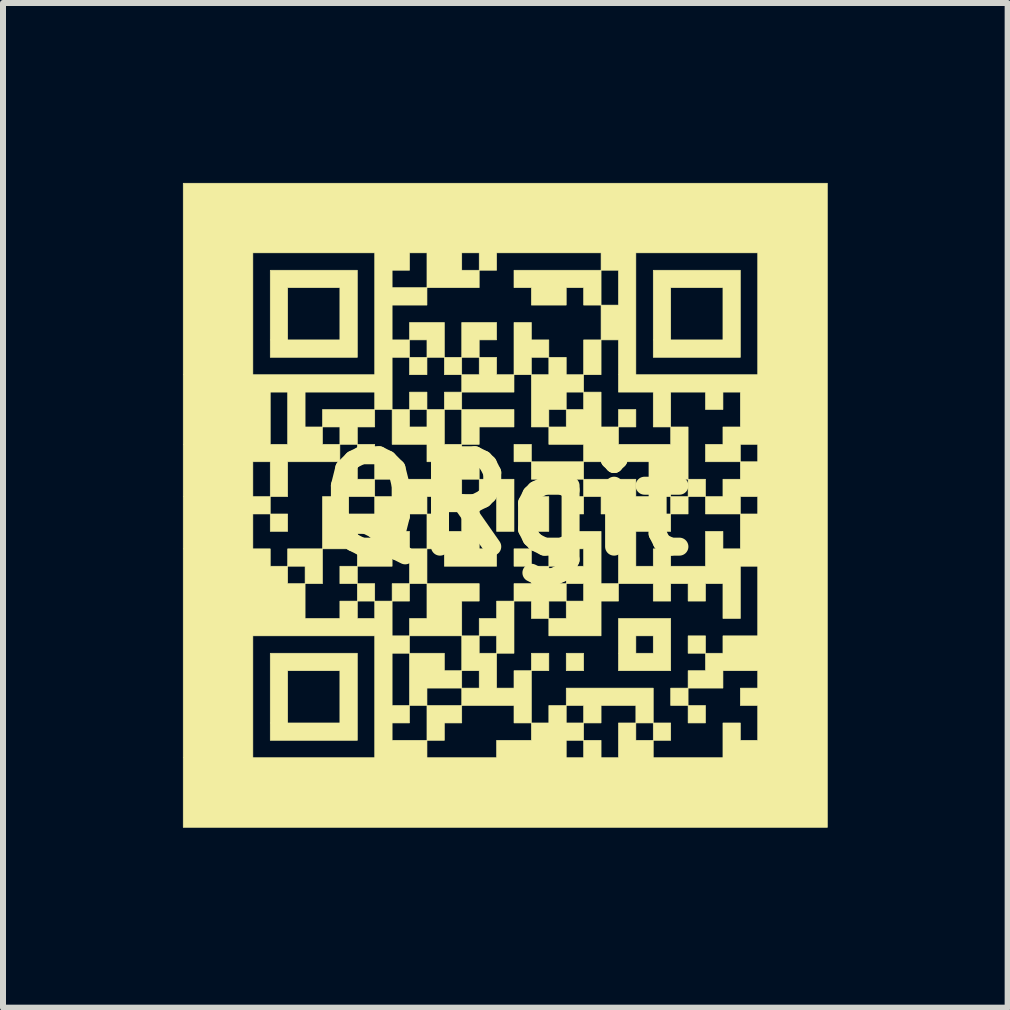
<source format=kicad_pcb>
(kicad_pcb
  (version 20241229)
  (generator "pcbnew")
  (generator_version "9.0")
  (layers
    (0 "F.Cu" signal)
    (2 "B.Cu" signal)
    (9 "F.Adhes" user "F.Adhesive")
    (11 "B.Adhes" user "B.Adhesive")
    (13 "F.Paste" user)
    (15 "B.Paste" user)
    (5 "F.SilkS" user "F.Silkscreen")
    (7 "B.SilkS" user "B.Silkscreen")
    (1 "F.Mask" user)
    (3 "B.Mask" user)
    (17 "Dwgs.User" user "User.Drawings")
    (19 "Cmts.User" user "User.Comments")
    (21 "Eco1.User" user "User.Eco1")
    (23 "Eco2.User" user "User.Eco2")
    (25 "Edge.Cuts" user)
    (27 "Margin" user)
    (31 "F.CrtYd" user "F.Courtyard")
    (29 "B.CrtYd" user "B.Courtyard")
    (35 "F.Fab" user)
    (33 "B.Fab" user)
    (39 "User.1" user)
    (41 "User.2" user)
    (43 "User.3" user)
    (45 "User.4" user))
  (footprint "QRgit"
    (layer "F.Cu")
    (at 5.375 5.375)
    (property "Reference" "QRgit" (at 0 0 0) (layer "F.SilkS") (effects (font (size 1.524 1.524) (thickness 0.3))))
    (attr through_hole)
    (fp_poly (pts (xy -3.629 0.435) (xy -3.919 0.435) (xy -3.919 0.145) (xy -3.629 0.145) (xy -3.629 0.435)) (stroke (width 0.01) (type solid)) (fill yes) (layer "F.SilkS"))
    (fp_poly (pts (xy -2.758 1.306) (xy -2.758 1.016) (xy -2.467 1.016) (xy -2.467 1.306) (xy -2.758 1.306)) (stroke (width 0.01) (type solid)) (fill yes) (layer "F.SilkS"))
    (fp_poly (pts (xy -2.177 -1.016) (xy -2.177 -0.726) (xy -2.467 -0.726) (xy -2.467 -1.016) (xy -2.177 -1.016)) (stroke (width 0.01) (type solid)) (fill yes) (layer "F.SilkS"))
    (fp_poly (pts (xy -2.177 -0.435) (xy -2.177 -0.726) (xy -1.887 -0.726) (xy -1.887 -0.435) (xy -2.177 -0.435)) (stroke (width 0.01) (type solid)) (fill yes) (layer "F.SilkS"))
    (fp_poly (pts (xy -2.177 1.306) (xy -2.177 1.597) (xy -2.467 1.597) (xy -2.467 1.306) (xy -2.177 1.306)) (stroke (width 0.01) (type solid)) (fill yes) (layer "F.SilkS"))
    (fp_poly (pts (xy -1.597 1.597) (xy -1.887 1.597) (xy -1.887 1.306) (xy -1.597 1.306) (xy -1.597 1.597)) (stroke (width 0.01) (type solid)) (fill yes) (layer "F.SilkS"))
    (fp_poly (pts (xy -1.306 -2.177) (xy -1.597 -2.177) (xy -1.597 -2.467) (xy -1.306 -2.467) (xy -1.306 -2.177)) (stroke (width 0.01) (type solid)) (fill yes) (layer "F.SilkS"))
    (fp_poly (pts (xy -1.306 1.306) (xy -1.597 1.306) (xy -1.597 0.726) (xy -1.306 0.726) (xy -1.306 1.306)) (stroke (width 0.01) (type solid)) (fill yes) (layer "F.SilkS"))
    (fp_poly (pts (xy -1.016 -1.887) (xy -0.726 -1.887) (xy -0.726 -1.597) (xy -1.016 -1.597) (xy -1.016 -1.887)) (stroke (width 0.01) (type solid)) (fill yes) (layer "F.SilkS"))
    (fp_poly (pts (xy -0.726 -2.177) (xy -1.016 -2.177) (xy -1.016 -2.467) (xy -0.726 -2.467) (xy -0.726 -2.177)) (stroke (width 0.01) (type solid)) (fill yes) (layer "F.SilkS"))
    (fp_poly (pts (xy 0.145 -0.726) (xy 0.145 -1.016) (xy 0.435 -1.016) (xy 0.435 -0.726) (xy 0.145 -0.726)) (stroke (width 0.01) (type solid)) (fill yes) (layer "F.SilkS"))
    (fp_poly (pts (xy 0.145 1.016) (xy 0.145 0.726) (xy 0.435 0.726) (xy 0.435 1.016) (xy 0.145 1.016)) (stroke (width 0.01) (type solid)) (fill yes) (layer "F.SilkS"))
    (fp_poly (pts (xy 0.435 2.467) (xy 0.726 2.467) (xy 0.726 2.758) (xy 0.435 2.758) (xy 0.435 2.467)) (stroke (width 0.01) (type solid)) (fill yes) (layer "F.SilkS"))
    (fp_poly (pts (xy 0.726 0.435) (xy 0.435 0.435) (xy 0.435 -0.145) (xy 0.726 -0.145) (xy 0.726 0.435)) (stroke (width 0.01) (type solid)) (fill yes) (layer "F.SilkS"))
    (fp_poly (pts (xy 1.306 -2.758) (xy 1.597 -2.758) (xy 1.597 -2.177) (xy 1.306 -2.177) (xy 1.306 -2.758)) (stroke (width 0.01) (type solid)) (fill yes) (layer "F.SilkS"))
    (fp_poly (pts (xy 1.306 -0.726) (xy 1.306 -0.435) (xy 0.435 -0.435) (xy 0.435 -0.726) (xy 1.306 -0.726)) (stroke (width 0.01) (type solid)) (fill yes) (layer "F.SilkS"))
    (fp_poly (pts (xy 1.306 0.145) (xy 1.016 0.145) (xy 1.016 -0.145) (xy 1.306 -0.145) (xy 1.306 0.145)) (stroke (width 0.01) (type solid)) (fill yes) (layer "F.SilkS"))
    (fp_poly (pts (xy 1.306 2.758) (xy 1.016 2.758) (xy 1.016 2.467) (xy 1.306 2.467) (xy 1.306 2.758)) (stroke (width 0.01) (type solid)) (fill yes) (layer "F.SilkS"))
    (fp_poly (pts (xy 1.887 -1.597) (xy 2.177 -1.597) (xy 2.177 -1.306) (xy 1.887 -1.306) (xy 1.887 -1.597)) (stroke (width 0.01) (type solid)) (fill yes) (layer "F.SilkS"))
    (fp_poly (pts (xy 2.758 3.338) (xy 2.758 3.048) (xy 3.048 3.048) (xy 3.048 3.338) (xy 2.758 3.338)) (stroke (width 0.01) (type solid)) (fill yes) (layer "F.SilkS"))
    (fp_poly (pts (xy 2.758 3.629) (xy 2.758 3.919) (xy 2.467 3.919) (xy 2.467 3.629) (xy 2.758 3.629)) (stroke (width 0.01) (type solid)) (fill yes) (layer "F.SilkS"))
    (fp_poly (pts (xy 3.048 -0.435) (xy 3.338 -0.435) (xy 3.338 -0.145) (xy 3.048 -0.145) (xy 3.048 -0.435)) (stroke (width 0.01) (type solid)) (fill yes) (layer "F.SilkS"))
    (fp_poly (pts (xy 3.048 0.145) (xy 2.758 0.145) (xy 2.758 -0.145) (xy 3.048 -0.145) (xy 3.048 0.145)) (stroke (width 0.01) (type solid)) (fill yes) (layer "F.SilkS"))
    (fp_poly (pts (xy 3.338 2.467) (xy 3.048 2.467) (xy 3.048 2.177) (xy 3.338 2.177) (xy 3.338 2.467)) (stroke (width 0.01) (type solid)) (fill yes) (layer "F.SilkS"))
    (fp_poly (pts (xy 3.338 3.338) (xy 3.338 3.629) (xy 3.048 3.629) (xy 3.048 3.338) (xy 3.338 3.338)) (stroke (width 0.01) (type solid)) (fill yes) (layer "F.SilkS"))
    (fp_poly (pts (xy -3.048 1.306) (xy -3.338 1.306) (xy -3.338 1.016) (xy -3.629 1.016) (xy -3.629 0.726) (xy -3.048 0.726) (xy -3.048 1.306)) (stroke (width 0.01) (type solid)) (fill yes) (layer "F.SilkS"))
    (fp_poly (pts (xy -1.306 -2.467) (xy -1.306 -2.758) (xy -1.597 -2.758) (xy -1.597 -3.048) (xy -1.016 -3.048) (xy -1.016 -2.467) (xy -1.306 -2.467)) (stroke (width 0.01) (type solid)) (fill yes) (layer "F.SilkS"))
    (fp_poly (pts (xy -0.726 -3.048) (xy -0.145 -3.048) (xy -0.145 -2.758) (xy -0.435 -2.758) (xy -0.435 -2.467) (xy -0.726 -2.467) (xy -0.726 -3.048)) (stroke (width 0.01) (type solid)) (fill yes) (layer "F.SilkS"))
    (fp_poly (pts (xy -0.726 -1.597) (xy 0.145 -1.597) (xy 0.145 -1.306) (xy -0.435 -1.306) (xy -0.435 -1.016) (xy -0.726 -1.016) (xy -0.726 -1.597)) (stroke (width 0.01) (type solid)) (fill yes) (layer "F.SilkS"))
    (fp_poly (pts (xy -0.435 -0.435) (xy 0.145 -0.435) (xy 0.145 0.435) (xy -0.145 0.435) (xy -0.145 -0.145) (xy -0.435 -0.145) (xy -0.435 -0.435)) (stroke (width 0.01) (type solid)) (fill yes) (layer "F.SilkS"))
    (fp_poly (pts (xy -2.758 -1.016) (xy -2.758 -1.306) (xy -3.048 -1.306) (xy -3.048 -1.597) (xy -2.177 -1.597) (xy -2.177 -1.306) (xy -2.467 -1.306) (xy -2.467 -1.016) (xy -2.758 -1.016)) (stroke (width 0.01) (type solid)) (fill yes) (layer "F.SilkS"))
    (fp_poly (pts (xy -1.597 2.177) (xy -1.597 1.887) (xy -1.306 1.887) (xy -1.306 1.306) (xy -0.435 1.306) (xy -0.435 1.597) (xy -0.726 1.597) (xy -0.726 2.177) (xy -1.597 2.177)) (stroke (width 0.01) (type solid)) (fill yes) (layer "F.SilkS"))
    (fp_poly (pts (xy 0.145 -2.177) (xy 0.145 -3.048) (xy 0.435 -3.048) (xy 0.435 -2.758) (xy 0.726 -2.758) (xy 0.726 -2.467) (xy 0.435 -2.467) (xy 0.435 -2.177) (xy 0.145 -2.177)) (stroke (width 0.01) (type solid)) (fill yes) (layer "F.SilkS"))
    (fp_poly (pts (xy 0.145 -1.887) (xy -0.726 -1.887) (xy -0.726 -2.177) (xy -0.435 -2.177) (xy -0.435 -2.467) (xy -0.145 -2.467) (xy -0.145 -2.177) (xy 0.145 -2.177) (xy 0.145 -1.887)) (stroke (width 0.01) (type solid)) (fill yes) (layer "F.SilkS"))
    (fp_poly (pts (xy 1.597 -3.338) (xy 1.306 -3.338) (xy 1.306 -3.629) (xy 1.016 -3.629) (xy 1.016 -3.338) (xy 0.435 -3.338) (xy 0.435 -3.629) (xy 0.145 -3.629) (xy 0.145 -3.919) (xy 1.597 -3.919) (xy 1.597 -3.338)) (stroke (width 0.01) (type solid)) (fill yes) (layer "F.SilkS"))
    (fp_poly (pts (xy 2.177 3.629) (xy 2.177 3.338) (xy 1.597 3.338) (xy 1.597 3.629) (xy 1.306 3.629) (xy 1.306 3.338) (xy 1.016 3.338) (xy 1.016 3.048) (xy 2.467 3.048) (xy 2.467 3.629) (xy 2.177 3.629)) (stroke (width 0.01) (type solid)) (fill yes) (layer "F.SilkS"))
    (fp_poly (pts (xy -2.467 -2.467) (xy -3.919 -2.467) (xy -3.919 -3.629) (xy -3.629 -3.629) (xy -3.629 -2.758) (xy -2.758 -2.758) (xy -2.758 -3.629) (xy -3.629 -3.629) (xy -3.919 -3.629) (xy -3.919 -3.919) (xy -2.467 -3.919) (xy -2.467 -2.467)) (stroke (width 0.01) (type solid)) (fill yes) (layer "F.SilkS"))
    (fp_poly (pts (xy -2.467 3.919) (xy -3.919 3.919) (xy -3.919 2.758) (xy -3.629 2.758) (xy -3.629 3.629) (xy -2.758 3.629) (xy -2.758 2.758) (xy -3.629 2.758) (xy -3.919 2.758) (xy -3.919 2.467) (xy -2.467 2.467) (xy -2.467 3.919)) (stroke (width 0.01) (type solid)) (fill yes) (layer "F.SilkS"))
    (fp_poly (pts (xy 2.758 2.758) (xy 1.887 2.758) (xy 1.887 2.177) (xy 2.177 2.177) (xy 2.177 2.467) (xy 2.467 2.467) (xy 2.467 2.177) (xy 2.177 2.177) (xy 1.887 2.177) (xy 1.887 1.887) (xy 2.758 1.887) (xy 2.758 2.758)) (stroke (width 0.01) (type solid)) (fill yes) (layer "F.SilkS"))
    (fp_poly (pts (xy 3.919 -2.467) (xy 2.467 -2.467) (xy 2.467 -3.629) (xy 2.758 -3.629) (xy 2.758 -2.758) (xy 3.629 -2.758) (xy 3.629 -3.629) (xy 2.758 -3.629) (xy 2.467 -3.629) (xy 2.467 -3.919) (xy 3.919 -3.919) (xy 3.919 -2.467)) (stroke (width 0.01) (type solid)) (fill yes) (layer "F.SilkS"))
    (fp_poly (pts (xy -0.435 0.726) (xy -0.145 0.726) (xy -0.145 1.016) (xy -1.016 1.016) (xy -1.016 0.726) (xy -1.306 0.726) (xy -1.306 0.145) (xy -1.016 0.145) (xy -1.016 0.435) (xy -0.726 0.435) (xy -0.726 -0.145) (xy -0.435 -0.145) (xy -0.435 0.726)) (stroke (width 0.01) (type solid)) (fill yes) (layer "F.SilkS"))
    (fp_poly (pts (xy 1.306 -1.887) (xy 1.016 -1.887) (xy 1.016 -1.597) (xy 0.726 -1.597) (xy 0.726 -1.306) (xy 0.435 -1.306) (xy 0.435 -2.177) (xy 0.726 -2.177) (xy 0.726 -2.467) (xy 1.016 -2.467) (xy 1.016 -2.177) (xy 1.306 -2.177) (xy 1.306 -1.887)) (stroke (width 0.01) (type solid)) (fill yes) (layer "F.SilkS"))
    (fp_poly (pts (xy 1.887 -1.016) (xy 2.758 -1.016) (xy 2.758 -1.306) (xy 3.048 -1.306) (xy 3.048 -0.435) (xy 2.758 -0.435) (xy 2.758 -0.145) (xy 2.467 -0.145) (xy 2.467 -0.726) (xy 1.306 -0.726) (xy 1.306 -1.016) (xy 0.726 -1.016) (xy 0.726 -1.306) (xy 1.016 -1.306) (xy 1.016 -1.597) (xy 1.306 -1.597) (xy 1.306 -1.887) (xy 1.597 -1.887) (xy 1.597 -1.306) (xy 1.887 -1.306) (xy 1.887 -1.016)) (stroke (width 0.01) (type solid)) (fill yes) (layer "F.SilkS"))
    (fp_poly (pts (xy 0.145 1.306) (xy 0.435 1.306) (xy 0.435 1.016) (xy 0.726 1.016) (xy 0.726 1.306) (xy 1.016 1.306) (xy 1.016 1.597) (xy 1.306 1.597) (xy 1.306 1.306) (xy 1.016 1.306) (xy 1.016 1.016) (xy 0.726 1.016) (xy 0.726 0.726) (xy 1.016 0.726) (xy 1.016 1.016) (xy 1.306 1.016) (xy 1.306 0.726) (xy 1.016 0.726) (xy 1.016 0.435) (xy 1.597 0.435) (xy 1.597 1.306) (xy 1.887 1.306) (xy 1.887 1.597) (xy 1.597 1.597) (xy 1.597 2.177) (xy 0.726 2.177) (xy 0.726 1.887) (xy 0.435 1.887) (xy 0.435 1.597) (xy 0.726 1.597) (xy 0.726 1.887) (xy 1.016 1.887) (xy 1.016 1.597) (xy 0.726 1.597) (xy 0.435 1.597) (xy 0.145 1.597) (xy 0.145 1.306)) (stroke (width 0.01) (type solid)) (fill yes) (layer "F.SilkS"))
    (fp_poly (pts (xy 0.435 3.629) (xy 0.145 3.629) (xy 0.145 3.338) (xy -0.726 3.338) (xy -0.726 3.629) (xy -1.016 3.629) (xy -1.016 3.919) (xy -1.306 3.919) (xy -1.306 3.338) (xy -1.597 3.338) (xy -1.597 3.048) (xy -1.306 3.048) (xy -1.306 3.338) (xy -0.726 3.338) (xy -0.726 3.048) (xy -1.306 3.048) (xy -1.597 3.048) (xy -1.597 2.467) (xy -1.016 2.467) (xy -1.016 2.758) (xy -0.726 2.758) (xy -0.726 3.048) (xy -0.435 3.048) (xy -0.435 2.758) (xy -0.726 2.758) (xy -0.726 2.177) (xy -0.435 2.177) (xy -0.435 2.467) (xy -0.145 2.467) (xy -0.145 2.177) (xy -0.435 2.177) (xy -0.435 1.887) (xy -0.145 1.887) (xy -0.145 1.597) (xy 0.145 1.597) (xy 0.145 2.467) (xy -0.145 2.467) (xy -0.145 3.048) (xy 0.145 3.048) (xy 0.145 2.758) (xy 0.435 2.758) (xy 0.435 3.629)) (stroke (width 0.01) (type solid)) (fill yes) (layer "F.SilkS"))
    (fp_poly (pts (xy -0.726 -0.726) (xy -0.435 -0.726) (xy -0.435 -0.435) (xy -0.726 -0.435) (xy -0.726 -0.145) (xy -1.306 -0.145) (xy -1.306 0.145) (xy -1.887 0.145) (xy -1.887 0.435) (xy -1.597 0.435) (xy -1.597 0.726) (xy -1.887 0.726) (xy -1.887 1.016) (xy -2.467 1.016) (xy -2.467 0.726) (xy -3.048 0.726) (xy -3.048 0.435) (xy -2.467 0.435) (xy -2.467 0.726) (xy -2.177 0.726) (xy -2.177 0.435) (xy -2.467 0.435) (xy -3.048 0.435) (xy -3.048 -0.145) (xy -2.758 -0.145) (xy -2.758 0.145) (xy -2.177 0.145) (xy -2.177 -0.145) (xy -2.758 -0.145) (xy -2.758 -0.726) (xy -2.467 -0.726) (xy -2.467 -0.435) (xy -2.177 -0.435) (xy -2.177 -0.145) (xy -1.887 -0.145) (xy -1.887 -0.435) (xy -1.016 -0.435) (xy -1.016 -0.726) (xy -1.306 -0.726) (xy -1.306 -1.016) (xy -1.887 -1.016) (xy -1.887 -1.597) (xy -1.597 -1.597) (xy -1.597 -1.306) (xy -1.306 -1.306) (xy -1.306 -1.597) (xy -1.597 -1.597) (xy -1.597 -1.887) (xy -1.306 -1.887) (xy -1.306 -1.597) (xy -1.016 -1.597) (xy -1.016 -1.016) (xy -0.726 -1.016) (xy -0.726 -0.726)) (stroke (width 0.01) (type solid)) (fill yes) (layer "F.SilkS"))
    (fp_poly (pts (xy 5.37 5.37) (xy -5.37 5.37) (xy -5.37 2.177) (xy -4.209 2.177) (xy -4.209 4.209) (xy -2.177 4.209) (xy -2.177 2.177) (xy -4.209 2.177) (xy -5.37 2.177) (xy -5.37 0.145) (xy -4.209 0.145) (xy -4.209 0.726) (xy -3.919 0.726) (xy -3.919 1.016) (xy -3.629 1.016) (xy -3.629 1.306) (xy -3.338 1.306) (xy -3.338 1.887) (xy -2.758 1.887) (xy -2.758 1.597) (xy -2.467 1.597) (xy -2.467 1.887) (xy -2.177 1.887) (xy -2.177 1.597) (xy -1.887 1.597) (xy -1.887 2.177) (xy -1.597 2.177) (xy -1.597 2.467) (xy -1.887 2.467) (xy -1.887 3.338) (xy -1.597 3.338) (xy -1.597 3.629) (xy -1.887 3.629) (xy -1.887 3.919) (xy -1.306 3.919) (xy -1.306 4.209) (xy -0.145 4.209) (xy -0.145 3.919) (xy 0.435 3.919) (xy 1.016 3.919) (xy 1.016 4.209) (xy 1.306 4.209) (xy 1.306 3.919) (xy 1.016 3.919) (xy 0.435 3.919) (xy 0.435 3.629) (xy 0.726 3.629) (xy 0.726 3.338) (xy 1.016 3.338) (xy 1.016 3.629) (xy 1.306 3.629) (xy 1.306 3.919) (xy 1.597 3.919) (xy 1.597 4.209) (xy 1.887 4.209) (xy 1.887 3.629) (xy 2.177 3.629) (xy 2.177 3.919) (xy 2.467 3.919) (xy 2.467 4.209) (xy 3.629 4.209) (xy 3.629 3.629) (xy 3.919 3.629) (xy 3.919 3.919) (xy 4.209 3.919) (xy 4.209 3.338) (xy 3.919 3.338) (xy 3.919 3.048) (xy 4.209 3.048) (xy 4.209 2.758) (xy 3.629 2.758) (xy 3.629 3.048) (xy 3.048 3.048) (xy 3.048 2.758) (xy 3.338 2.758) (xy 3.338 2.467) (xy 3.629 2.467) (xy 3.629 2.177) (xy 4.209 2.177) (xy 4.209 1.016) (xy 3.919 1.016) (xy 3.919 1.887) (xy 3.629 1.887) (xy 3.629 1.306) (xy 3.338 1.306) (xy 3.338 1.597) (xy 3.048 1.597) (xy 3.048 1.306) (xy 2.758 1.306) (xy 2.758 1.597) (xy 2.467 1.597) (xy 2.467 1.306) (xy 1.887 1.306) (xy 1.887 0.145) (xy 1.597 0.145) (xy 1.597 -0.145) (xy 1.306 -0.145) (xy 1.306 -0.435) (xy 2.177 -0.435) (xy 2.177 -0.145) (xy 2.467 -0.145) (xy 2.467 0.145) (xy 2.758 0.145) (xy 2.758 0.435) (xy 2.177 0.435) (xy 2.177 1.016) (xy 2.467 1.016) (xy 2.467 0.726) (xy 2.758 0.726) (xy 2.758 1.016) (xy 3.338 1.016) (xy 3.338 0.435) (xy 3.629 0.435) (xy 3.629 0.726) (xy 3.919 0.726) (xy 3.919 0.145) (xy 3.338 0.145) (xy 3.338 -0.145) (xy 3.629 -0.145) (xy 3.919 -0.145) (xy 3.919 0.145) (xy 4.209 0.145) (xy 4.209 -0.145) (xy 3.919 -0.145) (xy 3.629 -0.145) (xy 3.629 -0.435) (xy 3.919 -0.435) (xy 3.919 -0.726) (xy 3.338 -0.726) (xy 3.338 -1.016) (xy 3.629 -1.016) (xy 3.919 -1.016) (xy 3.919 -0.726) (xy 4.209 -0.726) (xy 4.209 -1.016) (xy 3.919 -1.016) (xy 3.629 -1.016) (xy 3.629 -1.306) (xy 3.919 -1.306) (xy 3.919 -1.887) (xy 3.629 -1.887) (xy 3.629 -1.597) (xy 3.338 -1.597) (xy 3.338 -1.887) (xy 2.758 -1.887) (xy 2.758 -1.306) (xy 2.467 -1.306) (xy 2.467 -1.887) (xy 1.887 -1.887) (xy 1.887 -2.758) (xy 1.597 -2.758) (xy 1.597 -3.338) (xy 1.887 -3.338) (xy 1.887 -3.919) (xy 1.597 -3.919) (xy 1.597 -4.209) (xy 2.177 -4.209) (xy 2.177 -2.177) (xy 4.209 -2.177) (xy 4.209 -4.209) (xy 2.177 -4.209) (xy 1.597 -4.209) (xy -0.145 -4.209) (xy -0.145 -3.919) (xy -0.435 -3.919) (xy -0.435 -3.629) (xy -1.306 -3.629) (xy -1.306 -3.338) (xy -1.887 -3.338) (xy -1.887 -2.758) (xy -1.597 -2.758) (xy -1.597 -2.467) (xy -1.887 -2.467) (xy -1.887 -1.597) (xy -2.177 -1.597) (xy -2.177 -1.887) (xy -3.338 -1.887) (xy -3.338 -1.306) (xy -3.048 -1.306) (xy -3.048 -1.016) (xy -2.758 -1.016) (xy -2.758 -0.726) (xy -3.629 -0.726) (xy -3.629 -0.145) (xy -3.919 -0.145) (xy -3.919 0.145) (xy -4.209 0.145) (xy -5.37 0.145) (xy -5.37 -0.726) (xy -4.209 -0.726) (xy -4.209 -0.145) (xy -3.919 -0.145) (xy -3.919 -0.726) (xy -4.209 -0.726) (xy -5.37 -0.726) (xy -5.37 -1.887) (xy -3.919 -1.887) (xy -3.919 -1.016) (xy -3.629 -1.016) (xy -3.629 -1.887) (xy -3.919 -1.887) (xy -5.37 -1.887) (xy -5.37 -4.209) (xy -4.209 -4.209) (xy -4.209 -2.177) (xy -2.177 -2.177) (xy -2.177 -3.919) (xy -1.887 -3.919) (xy -1.887 -3.629) (xy -1.306 -3.629) (xy -1.306 -4.209) (xy -0.726 -4.209) (xy -0.726 -3.919) (xy -0.435 -3.919) (xy -0.435 -4.209) (xy -0.726 -4.209) (xy -1.306 -4.209) (xy -1.597 -4.209) (xy -1.597 -3.919) (xy -1.887 -3.919) (xy -2.177 -3.919) (xy -2.177 -4.209) (xy -4.209 -4.209) (xy -5.37 -4.209) (xy -5.37 -5.37) (xy 5.37 -5.37) (xy 5.37 5.37)) (stroke (width 0.01) (type solid)) (fill yes) (layer "F.SilkS")))
  (gr_rect
    (start -3 -3)
    (end 13.751 13.751)
    (stroke (width 0.1) (type default))
    (fill no)
    (layer "Edge.Cuts")))
</source>
